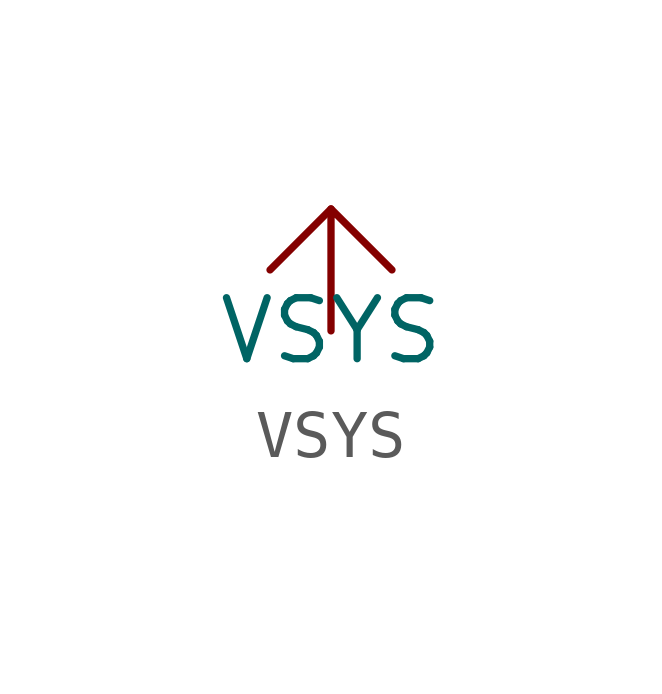
<source format=kicad_sym>
(kicad_symbol_lib
  (version 20241209)
  (generator "kicad_symbol_editor")
  (generator_version "9.0")
  (symbol "VSYS"
    (power)
    (property "Reference" "#PWR"
      (at 0 0 0)
      (effects (font (size 1.27 1.27)) (hide yes)))
    (property "Value" "VSYS"
      (at 0 0 0)
      (effects (font (size 1.27 1.27))))
    (symbol "VSYS_0_1"
      (polyline (pts (xy 0 2.54) (xy -1.27 1.27)) (stroke (width 0) (type default)) (fill (type none)))
      (polyline (pts (xy 0 0) (xy 0 2.54) (xy 1.27 1.27)) (stroke (width 0) (type default)) (fill (type none))))
    (symbol "VSYS_1_1"
      (pin power_in line (at 0 0 90) (length 0) (hide yes) (name "VSYS" (effects (font (size 1.27 1.27)))) (number "1" (effects (font (size 1.27 1.27))))))))
</source>
